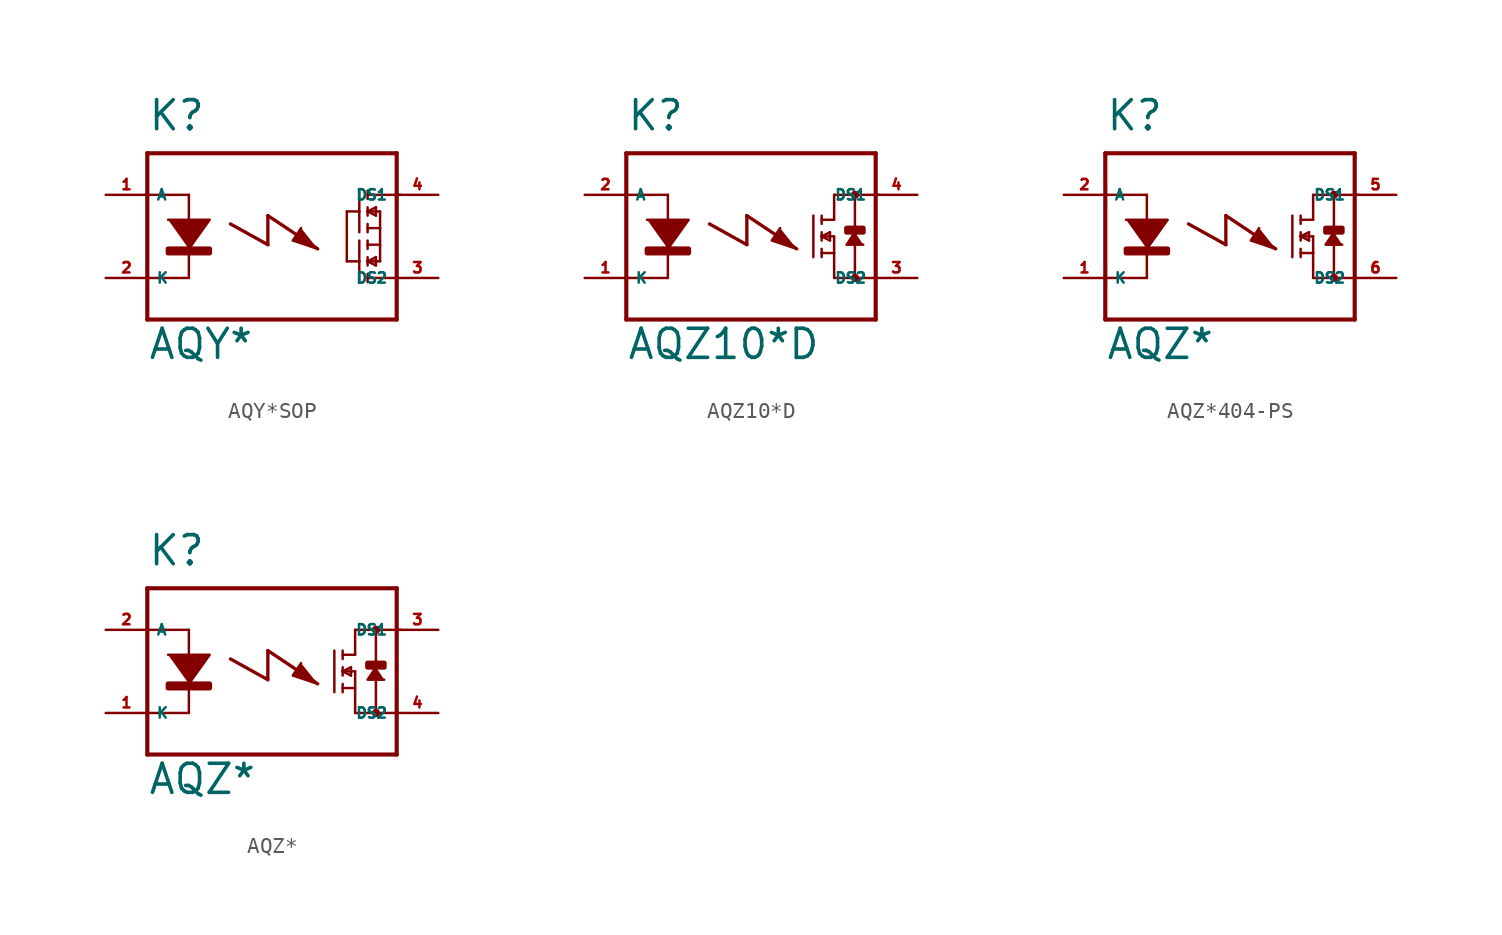
<source format=kicad_sym>
(kicad_symbol_lib
  (version 20220914)
  (generator Eagle2Kicad)
  (symbol "AQY*SOP"
    (property "Reference" "K"
      (at -7.62 6.35 0)
      (effects (font (size 1.778 1.778) (thickness 0.22)) (justify left bottom)))
    (property "Value" "AQY*"
      (at -7.62 -7.62 0)
      (effects (font (size 1.778 1.778) (thickness 0.22)) (justify left bottom)))
    (polyline
      (pts (xy -6.35 1.016) (xy -3.81 1.016) (xy -5.08 -0.762))
      (stroke (width 0.152) (type default))
      (fill (type outline)))
    (polyline
      (pts (xy 1.778 0.508) (xy 1.27 -0.254) (xy 2.794 -0.762))
      (stroke (width 0.152) (type default))
      (fill (type outline)))
    (polyline
      (pts (xy -5.08 2.54) (xy -5.08 -2.54))
      (stroke (width 0.152) (type default))
      (fill (type none)))
    (polyline
      (pts (xy 5.842 2.794) (xy 5.842 2.286))
      (stroke (width 0.152) (type default))
      (fill (type none)))
    (polyline
      (pts (xy 5.842 1.778) (xy 5.842 1.524))
      (stroke (width 0.152) (type default))
      (fill (type none)))
    (polyline
      (pts (xy 5.842 1.524) (xy 5.842 1.27))
      (stroke (width 0.152) (type default))
      (fill (type none)))
    (polyline
      (pts (xy 5.842 0.762) (xy 5.842 0.508))
      (stroke (width 0.152) (type default))
      (fill (type none)))
    (polyline
      (pts (xy 5.842 0.508) (xy 5.842 0.254))
      (stroke (width 0.152) (type default))
      (fill (type none)))
    (polyline
      (pts (xy 5.842 1.524) (xy 6.604 1.524))
      (stroke (width 0.152) (type default))
      (fill (type none)))
    (polyline
      (pts (xy 6.35 1.778) (xy 5.842 1.524))
      (stroke (width 0.152) (type default))
      (fill (type none)))
    (polyline
      (pts (xy 5.842 1.524) (xy 6.35 1.27))
      (stroke (width 0.152) (type default))
      (fill (type none)))
    (polyline
      (pts (xy 6.35 1.27) (xy 6.35 1.778))
      (stroke (width 0.152) (type default))
      (fill (type none)))
    (polyline
      (pts (xy 5.842 0.508) (xy 6.604 0.508))
      (stroke (width 0.152) (type default))
      (fill (type none)))
    (polyline
      (pts (xy 6.604 0.508) (xy 6.604 1.524))
      (stroke (width 0.152) (type default))
      (fill (type none)))
    (polyline
      (pts (xy 5.334 2.794) (xy 5.334 1.524))
      (stroke (width 0.152) (type default))
      (fill (type none)))
    (polyline
      (pts (xy 5.334 1.524) (xy 5.334 0.254))
      (stroke (width 0.152) (type default))
      (fill (type none)))
    (polyline
      (pts (xy 5.334 1.524) (xy 4.572 1.524))
      (stroke (width 0.152) (type default))
      (fill (type none)))
    (polyline
      (pts (xy 5.842 -2.794) (xy 5.842 -2.286))
      (stroke (width 0.152) (type default))
      (fill (type none)))
    (polyline
      (pts (xy 5.842 -1.778) (xy 5.842 -1.524))
      (stroke (width 0.152) (type default))
      (fill (type none)))
    (polyline
      (pts (xy 5.842 -1.524) (xy 5.842 -1.27))
      (stroke (width 0.152) (type default))
      (fill (type none)))
    (polyline
      (pts (xy 5.842 -0.762) (xy 5.842 -0.508))
      (stroke (width 0.152) (type default))
      (fill (type none)))
    (polyline
      (pts (xy 5.842 -0.508) (xy 5.842 -0.254))
      (stroke (width 0.152) (type default))
      (fill (type none)))
    (polyline
      (pts (xy 5.842 -1.524) (xy 6.604 -1.524))
      (stroke (width 0.152) (type default))
      (fill (type none)))
    (polyline
      (pts (xy 6.35 -1.778) (xy 5.842 -1.524))
      (stroke (width 0.152) (type default))
      (fill (type none)))
    (polyline
      (pts (xy 5.842 -1.524) (xy 6.35 -1.27))
      (stroke (width 0.152) (type default))
      (fill (type none)))
    (polyline
      (pts (xy 6.35 -1.27) (xy 6.35 -1.778))
      (stroke (width 0.152) (type default))
      (fill (type none)))
    (polyline
      (pts (xy 5.842 -0.508) (xy 6.604 -0.508))
      (stroke (width 0.152) (type default))
      (fill (type none)))
    (polyline
      (pts (xy 6.604 -0.508) (xy 6.604 -1.524))
      (stroke (width 0.152) (type default))
      (fill (type none)))
    (polyline
      (pts (xy 6.604 0.508) (xy 6.604 -0.508))
      (stroke (width 0.152) (type default))
      (fill (type none)))
    (polyline
      (pts (xy 5.334 -2.794) (xy 5.334 -1.524))
      (stroke (width 0.152) (type default))
      (fill (type none)))
    (polyline
      (pts (xy 5.334 -1.524) (xy 5.334 -0.254))
      (stroke (width 0.152) (type default))
      (fill (type none)))
    (polyline
      (pts (xy 5.334 -1.524) (xy 4.572 -1.524))
      (stroke (width 0.152) (type default))
      (fill (type none)))
    (polyline
      (pts (xy 4.572 1.524) (xy 4.572 -1.524))
      (stroke (width 0.152) (type default))
      (fill (type none)))
    (polyline
      (pts (xy -7.62 5.08) (xy -7.62 2.54))
      (stroke (width 0.254) (type default))
      (fill (type none)))
    (polyline
      (pts (xy -7.62 2.54) (xy -7.62 -2.54))
      (stroke (width 0.254) (type default))
      (fill (type none)))
    (polyline
      (pts (xy -7.62 -2.54) (xy -7.62 -5.08))
      (stroke (width 0.254) (type default))
      (fill (type none)))
    (polyline
      (pts (xy -7.62 -5.08) (xy 7.62 -5.08))
      (stroke (width 0.254) (type default))
      (fill (type none)))
    (polyline
      (pts (xy 5.842 2.54) (xy 7.874 2.54))
      (stroke (width 0.152) (type default))
      (fill (type none)))
    (polyline
      (pts (xy 5.842 -2.54) (xy 7.62 -2.54))
      (stroke (width 0.152) (type default))
      (fill (type none)))
    (polyline
      (pts (xy 7.62 -5.08) (xy 7.62 5.08))
      (stroke (width 0.254) (type default))
      (fill (type none)))
    (polyline
      (pts (xy 7.62 5.08) (xy -7.62 5.08))
      (stroke (width 0.254) (type default))
      (fill (type none)))
    (polyline
      (pts (xy -5.08 2.54) (xy -7.62 2.54))
      (stroke (width 0.152) (type default))
      (fill (type none)))
    (polyline
      (pts (xy -5.08 -2.54) (xy -7.62 -2.54))
      (stroke (width 0.152) (type default))
      (fill (type none)))
    (polyline
      (pts (xy -2.54 0.762) (xy -0.254 -0.508))
      (stroke (width 0.203) (type default))
      (fill (type none)))
    (polyline
      (pts (xy -0.254 -0.508) (xy -0.254 1.27))
      (stroke (width 0.203) (type default))
      (fill (type none)))
    (polyline
      (pts (xy -0.254 1.27) (xy 2.794 -0.762))
      (stroke (width 0.203) (type default))
      (fill (type none)))
    (rectangle
      (start -6.35 -1.016)
      (end -3.81 -0.762)
      (stroke (width 0.3) (type default))
      (fill (type outline)))
    (pin passive line
      (at -10.16 2.54 0)
      (length 2.54)
      (name "A" (effects (font (size 0.635 0.635) (thickness 0.08)) (justify left bottom)))
      (number "1" (effects (font (size 0.635 0.635) (thickness 0.08)) (justify left bottom))))
    (pin passive line
      (at -10.16 -2.54 0)
      (length 2.54)
      (name "K" (effects (font (size 0.635 0.635) (thickness 0.08)) (justify left bottom)))
      (number "2" (effects (font (size 0.635 0.635) (thickness 0.08)) (justify left bottom))))
    (pin passive line
      (at 10.16 2.54 180)
      (length 2.54)
      (name "DS1" (effects (font (size 0.635 0.635) (thickness 0.08)) (justify left bottom)))
      (number "4" (effects (font (size 0.635 0.635) (thickness 0.08)) (justify left bottom))))
    (pin passive line
      (at 10.16 -2.54 180)
      (length 2.54)
      (name "DS2" (effects (font (size 0.635 0.635) (thickness 0.08)) (justify left bottom)))
      (number "3" (effects (font (size 0.635 0.635) (thickness 0.08)) (justify left bottom)))))
  (symbol "AQZ10*D"
    (property "Reference" "K"
      (at -7.62 6.35 0)
      (effects (font (size 1.778 1.778) (thickness 0.22)) (justify left bottom)))
    (property "Value" "AQZ10*D"
      (at -7.62 -7.62 0)
      (effects (font (size 1.778 1.778) (thickness 0.22)) (justify left bottom)))
    (polyline
      (pts (xy -6.35 1.016) (xy -3.81 1.016) (xy -5.08 -0.762))
      (stroke (width 0.152) (type default))
      (fill (type outline)))
    (polyline
      (pts (xy 6.35 0.254) (xy 5.842 -0.508) (xy 6.858 -0.508))
      (stroke (width 0.152) (type default))
      (fill (type outline)))
    (polyline
      (pts (xy 1.778 0.508) (xy 1.27 -0.254) (xy 2.794 -0.762))
      (stroke (width 0.152) (type default))
      (fill (type outline)))
    (polyline
      (pts (xy -5.08 2.54) (xy -5.08 -2.54))
      (stroke (width 0.152) (type default))
      (fill (type none)))
    (polyline
      (pts (xy 5.08 2.54) (xy 5.08 1.016))
      (stroke (width 0.152) (type default))
      (fill (type none)))
    (polyline
      (pts (xy 5.08 1.016) (xy 4.318 1.016))
      (stroke (width 0.152) (type default))
      (fill (type none)))
    (polyline
      (pts (xy 4.318 1.27) (xy 4.318 0.762))
      (stroke (width 0.152) (type default))
      (fill (type none)))
    (polyline
      (pts (xy 4.318 0.254) (xy 4.318 0))
      (stroke (width 0.152) (type default))
      (fill (type none)))
    (polyline
      (pts (xy 4.318 0) (xy 4.318 -0.254))
      (stroke (width 0.152) (type default))
      (fill (type none)))
    (polyline
      (pts (xy 4.318 -0.762) (xy 4.318 -1.016))
      (stroke (width 0.152) (type default))
      (fill (type none)))
    (polyline
      (pts (xy 4.318 -1.016) (xy 4.318 -1.27))
      (stroke (width 0.152) (type default))
      (fill (type none)))
    (polyline
      (pts (xy 4.318 0) (xy 5.08 0))
      (stroke (width 0.152) (type default))
      (fill (type none)))
    (polyline
      (pts (xy 4.826 0.254) (xy 4.318 0))
      (stroke (width 0.152) (type default))
      (fill (type none)))
    (polyline
      (pts (xy 4.318 0) (xy 4.826 -0.254))
      (stroke (width 0.152) (type default))
      (fill (type none)))
    (polyline
      (pts (xy 4.826 -0.254) (xy 4.826 0.254))
      (stroke (width 0.152) (type default))
      (fill (type none)))
    (polyline
      (pts (xy 4.318 -1.016) (xy 5.08 -1.016))
      (stroke (width 0.152) (type default))
      (fill (type none)))
    (polyline
      (pts (xy 5.08 -1.016) (xy 5.08 0))
      (stroke (width 0.152) (type default))
      (fill (type none)))
    (polyline
      (pts (xy 3.81 1.27) (xy 3.81 -1.27))
      (stroke (width 0.152) (type default))
      (fill (type none)))
    (polyline
      (pts (xy 5.08 -1.016) (xy 5.08 -2.54))
      (stroke (width 0.152) (type default))
      (fill (type none)))
    (polyline
      (pts (xy -7.62 5.08) (xy -7.62 2.54))
      (stroke (width 0.254) (type default))
      (fill (type none)))
    (polyline
      (pts (xy -7.62 2.54) (xy -7.62 -2.54))
      (stroke (width 0.254) (type default))
      (fill (type none)))
    (polyline
      (pts (xy -7.62 -2.54) (xy -7.62 -5.08))
      (stroke (width 0.254) (type default))
      (fill (type none)))
    (polyline
      (pts (xy -7.62 -5.08) (xy 7.62 -5.08))
      (stroke (width 0.254) (type default))
      (fill (type none)))
    (polyline
      (pts (xy 5.08 2.54) (xy 6.35 2.54))
      (stroke (width 0.152) (type default))
      (fill (type none)))
    (polyline
      (pts (xy 6.35 2.54) (xy 7.874 2.54))
      (stroke (width 0.152) (type default))
      (fill (type none)))
    (polyline
      (pts (xy 5.08 -2.54) (xy 6.35 -2.54))
      (stroke (width 0.152) (type default))
      (fill (type none)))
    (polyline
      (pts (xy 6.35 -2.54) (xy 7.62 -2.54))
      (stroke (width 0.152) (type default))
      (fill (type none)))
    (polyline
      (pts (xy 7.62 -5.08) (xy 7.62 5.08))
      (stroke (width 0.254) (type default))
      (fill (type none)))
    (polyline
      (pts (xy 7.62 5.08) (xy -7.62 5.08))
      (stroke (width 0.254) (type default))
      (fill (type none)))
    (polyline
      (pts (xy 6.35 2.54) (xy 6.35 -2.54))
      (stroke (width 0.152) (type default))
      (fill (type none)))
    (polyline
      (pts (xy -5.08 2.54) (xy -7.62 2.54))
      (stroke (width 0.152) (type default))
      (fill (type none)))
    (polyline
      (pts (xy -5.08 -2.54) (xy -7.62 -2.54))
      (stroke (width 0.152) (type default))
      (fill (type none)))
    (polyline
      (pts (xy -2.54 0.762) (xy -0.254 -0.508))
      (stroke (width 0.203) (type default))
      (fill (type none)))
    (polyline
      (pts (xy -0.254 -0.508) (xy -0.254 1.27))
      (stroke (width 0.203) (type default))
      (fill (type none)))
    (polyline
      (pts (xy -0.254 1.27) (xy 2.794 -0.762))
      (stroke (width 0.203) (type default))
      (fill (type none)))
    (circle
      (center 6.35 2.54)
      (radius 0.127)
      (stroke (width 0.254) (type default))
      (fill (type none)))
    (circle
      (center 6.35 -2.54)
      (radius 0.127)
      (stroke (width 0.254) (type default))
      (fill (type none)))
    (rectangle
      (start 5.842 0.254)
      (end 6.858 0.508)
      (stroke (width 0.3) (type default))
      (fill (type outline)))
    (rectangle
      (start -6.35 -1.016)
      (end -3.81 -0.762)
      (stroke (width 0.3) (type default))
      (fill (type outline)))
    (pin passive line
      (at -10.16 2.54 0)
      (length 2.54)
      (name "A" (effects (font (size 0.635 0.635) (thickness 0.08)) (justify left bottom)))
      (number "2" (effects (font (size 0.635 0.635) (thickness 0.08)) (justify left bottom))))
    (pin passive line
      (at -10.16 -2.54 0)
      (length 2.54)
      (name "K" (effects (font (size 0.635 0.635) (thickness 0.08)) (justify left bottom)))
      (number "1" (effects (font (size 0.635 0.635) (thickness 0.08)) (justify left bottom))))
    (pin passive line
      (at 10.16 2.54 180)
      (length 2.54)
      (name "DS1" (effects (font (size 0.635 0.635) (thickness 0.08)) (justify left bottom)))
      (number "4" (effects (font (size 0.635 0.635) (thickness 0.08)) (justify left bottom))))
    (pin passive line
      (at 10.16 -2.54 180)
      (length 2.54)
      (name "DS2" (effects (font (size 0.635 0.635) (thickness 0.08)) (justify left bottom)))
      (number "3" (effects (font (size 0.635 0.635) (thickness 0.08)) (justify left bottom)))))
  (symbol "AQZ*404-PS"
    (property "Reference" "K"
      (at -7.62 6.35 0)
      (effects (font (size 1.778 1.778) (thickness 0.22)) (justify left bottom)))
    (property "Value" "AQZ*"
      (at -7.62 -7.62 0)
      (effects (font (size 1.778 1.778) (thickness 0.22)) (justify left bottom)))
    (polyline
      (pts (xy -6.35 1.016) (xy -3.81 1.016) (xy -5.08 -0.762))
      (stroke (width 0.152) (type default))
      (fill (type outline)))
    (polyline
      (pts (xy 6.35 0.254) (xy 5.842 -0.508) (xy 6.858 -0.508))
      (stroke (width 0.152) (type default))
      (fill (type outline)))
    (polyline
      (pts (xy 1.778 0.508) (xy 1.27 -0.254) (xy 2.794 -0.762))
      (stroke (width 0.152) (type default))
      (fill (type outline)))
    (polyline
      (pts (xy -5.08 2.54) (xy -5.08 -2.54))
      (stroke (width 0.152) (type default))
      (fill (type none)))
    (polyline
      (pts (xy 5.08 2.54) (xy 5.08 1.016))
      (stroke (width 0.152) (type default))
      (fill (type none)))
    (polyline
      (pts (xy 5.08 1.016) (xy 4.318 1.016))
      (stroke (width 0.152) (type default))
      (fill (type none)))
    (polyline
      (pts (xy 4.318 1.27) (xy 4.318 0.762))
      (stroke (width 0.152) (type default))
      (fill (type none)))
    (polyline
      (pts (xy 4.318 0.254) (xy 4.318 0))
      (stroke (width 0.152) (type default))
      (fill (type none)))
    (polyline
      (pts (xy 4.318 0) (xy 4.318 -0.254))
      (stroke (width 0.152) (type default))
      (fill (type none)))
    (polyline
      (pts (xy 4.318 -0.762) (xy 4.318 -1.016))
      (stroke (width 0.152) (type default))
      (fill (type none)))
    (polyline
      (pts (xy 4.318 -1.016) (xy 4.318 -1.27))
      (stroke (width 0.152) (type default))
      (fill (type none)))
    (polyline
      (pts (xy 4.318 0) (xy 5.08 0))
      (stroke (width 0.152) (type default))
      (fill (type none)))
    (polyline
      (pts (xy 4.826 0.254) (xy 4.318 0))
      (stroke (width 0.152) (type default))
      (fill (type none)))
    (polyline
      (pts (xy 4.318 0) (xy 4.826 -0.254))
      (stroke (width 0.152) (type default))
      (fill (type none)))
    (polyline
      (pts (xy 4.826 -0.254) (xy 4.826 0.254))
      (stroke (width 0.152) (type default))
      (fill (type none)))
    (polyline
      (pts (xy 4.318 -1.016) (xy 5.08 -1.016))
      (stroke (width 0.152) (type default))
      (fill (type none)))
    (polyline
      (pts (xy 5.08 -1.016) (xy 5.08 0))
      (stroke (width 0.152) (type default))
      (fill (type none)))
    (polyline
      (pts (xy 3.81 1.27) (xy 3.81 -1.27))
      (stroke (width 0.152) (type default))
      (fill (type none)))
    (polyline
      (pts (xy 5.08 -1.016) (xy 5.08 -2.54))
      (stroke (width 0.152) (type default))
      (fill (type none)))
    (polyline
      (pts (xy -7.62 5.08) (xy -7.62 2.54))
      (stroke (width 0.254) (type default))
      (fill (type none)))
    (polyline
      (pts (xy -7.62 2.54) (xy -7.62 -2.54))
      (stroke (width 0.254) (type default))
      (fill (type none)))
    (polyline
      (pts (xy -7.62 -2.54) (xy -7.62 -5.08))
      (stroke (width 0.254) (type default))
      (fill (type none)))
    (polyline
      (pts (xy -7.62 -5.08) (xy 7.62 -5.08))
      (stroke (width 0.254) (type default))
      (fill (type none)))
    (polyline
      (pts (xy 5.08 2.54) (xy 6.35 2.54))
      (stroke (width 0.152) (type default))
      (fill (type none)))
    (polyline
      (pts (xy 6.35 2.54) (xy 7.874 2.54))
      (stroke (width 0.152) (type default))
      (fill (type none)))
    (polyline
      (pts (xy 5.08 -2.54) (xy 6.35 -2.54))
      (stroke (width 0.152) (type default))
      (fill (type none)))
    (polyline
      (pts (xy 6.35 -2.54) (xy 7.62 -2.54))
      (stroke (width 0.152) (type default))
      (fill (type none)))
    (polyline
      (pts (xy 7.62 -5.08) (xy 7.62 5.08))
      (stroke (width 0.254) (type default))
      (fill (type none)))
    (polyline
      (pts (xy 7.62 5.08) (xy -7.62 5.08))
      (stroke (width 0.254) (type default))
      (fill (type none)))
    (polyline
      (pts (xy 6.35 2.54) (xy 6.35 -2.54))
      (stroke (width 0.152) (type default))
      (fill (type none)))
    (polyline
      (pts (xy -5.08 2.54) (xy -7.62 2.54))
      (stroke (width 0.152) (type default))
      (fill (type none)))
    (polyline
      (pts (xy -5.08 -2.54) (xy -7.62 -2.54))
      (stroke (width 0.152) (type default))
      (fill (type none)))
    (polyline
      (pts (xy -2.54 0.762) (xy -0.254 -0.508))
      (stroke (width 0.203) (type default))
      (fill (type none)))
    (polyline
      (pts (xy -0.254 -0.508) (xy -0.254 1.27))
      (stroke (width 0.203) (type default))
      (fill (type none)))
    (polyline
      (pts (xy -0.254 1.27) (xy 2.794 -0.762))
      (stroke (width 0.203) (type default))
      (fill (type none)))
    (circle
      (center 6.35 2.54)
      (radius 0.127)
      (stroke (width 0.254) (type default))
      (fill (type none)))
    (circle
      (center 6.35 -2.54)
      (radius 0.127)
      (stroke (width 0.254) (type default))
      (fill (type none)))
    (rectangle
      (start 5.842 0.254)
      (end 6.858 0.508)
      (stroke (width 0.3) (type default))
      (fill (type outline)))
    (rectangle
      (start -6.35 -1.016)
      (end -3.81 -0.762)
      (stroke (width 0.3) (type default))
      (fill (type outline)))
    (pin passive line
      (at -10.16 2.54 0)
      (length 2.54)
      (name "A" (effects (font (size 0.635 0.635) (thickness 0.08)) (justify left bottom)))
      (number "2" (effects (font (size 0.635 0.635) (thickness 0.08)) (justify left bottom))))
    (pin passive line
      (at -10.16 -2.54 0)
      (length 2.54)
      (name "K" (effects (font (size 0.635 0.635) (thickness 0.08)) (justify left bottom)))
      (number "1" (effects (font (size 0.635 0.635) (thickness 0.08)) (justify left bottom))))
    (pin passive line
      (at 10.16 2.54 180)
      (length 2.54)
      (name "DS1" (effects (font (size 0.635 0.635) (thickness 0.08)) (justify left bottom)))
      (number "5" (effects (font (size 0.635 0.635) (thickness 0.08)) (justify left bottom))))
    (pin passive line
      (at 10.16 -2.54 180)
      (length 2.54)
      (name "DS2" (effects (font (size 0.635 0.635) (thickness 0.08)) (justify left bottom)))
      (number "6" (effects (font (size 0.635 0.635) (thickness 0.08)) (justify left bottom)))))
  (symbol "AQZ*"
    (property "Reference" "K"
      (at -7.62 6.35 0)
      (effects (font (size 1.778 1.778) (thickness 0.22)) (justify left bottom)))
    (property "Value" "AQZ*"
      (at -7.62 -7.62 0)
      (effects (font (size 1.778 1.778) (thickness 0.22)) (justify left bottom)))
    (polyline
      (pts (xy -6.35 1.016) (xy -3.81 1.016) (xy -5.08 -0.762))
      (stroke (width 0.152) (type default))
      (fill (type outline)))
    (polyline
      (pts (xy 6.35 0.254) (xy 5.842 -0.508) (xy 6.858 -0.508))
      (stroke (width 0.152) (type default))
      (fill (type outline)))
    (polyline
      (pts (xy 1.778 0.508) (xy 1.27 -0.254) (xy 2.794 -0.762))
      (stroke (width 0.152) (type default))
      (fill (type outline)))
    (polyline
      (pts (xy -5.08 2.54) (xy -5.08 -2.54))
      (stroke (width 0.152) (type default))
      (fill (type none)))
    (polyline
      (pts (xy 5.08 2.54) (xy 5.08 1.016))
      (stroke (width 0.152) (type default))
      (fill (type none)))
    (polyline
      (pts (xy 5.08 1.016) (xy 4.318 1.016))
      (stroke (width 0.152) (type default))
      (fill (type none)))
    (polyline
      (pts (xy 4.318 1.27) (xy 4.318 0.762))
      (stroke (width 0.152) (type default))
      (fill (type none)))
    (polyline
      (pts (xy 4.318 0.254) (xy 4.318 0))
      (stroke (width 0.152) (type default))
      (fill (type none)))
    (polyline
      (pts (xy 4.318 0) (xy 4.318 -0.254))
      (stroke (width 0.152) (type default))
      (fill (type none)))
    (polyline
      (pts (xy 4.318 -0.762) (xy 4.318 -1.016))
      (stroke (width 0.152) (type default))
      (fill (type none)))
    (polyline
      (pts (xy 4.318 -1.016) (xy 4.318 -1.27))
      (stroke (width 0.152) (type default))
      (fill (type none)))
    (polyline
      (pts (xy 4.318 0) (xy 5.08 0))
      (stroke (width 0.152) (type default))
      (fill (type none)))
    (polyline
      (pts (xy 4.826 0.254) (xy 4.318 0))
      (stroke (width 0.152) (type default))
      (fill (type none)))
    (polyline
      (pts (xy 4.318 0) (xy 4.826 -0.254))
      (stroke (width 0.152) (type default))
      (fill (type none)))
    (polyline
      (pts (xy 4.826 -0.254) (xy 4.826 0.254))
      (stroke (width 0.152) (type default))
      (fill (type none)))
    (polyline
      (pts (xy 4.318 -1.016) (xy 5.08 -1.016))
      (stroke (width 0.152) (type default))
      (fill (type none)))
    (polyline
      (pts (xy 5.08 -1.016) (xy 5.08 0))
      (stroke (width 0.152) (type default))
      (fill (type none)))
    (polyline
      (pts (xy 3.81 1.27) (xy 3.81 -1.27))
      (stroke (width 0.152) (type default))
      (fill (type none)))
    (polyline
      (pts (xy 5.08 -1.016) (xy 5.08 -2.54))
      (stroke (width 0.152) (type default))
      (fill (type none)))
    (polyline
      (pts (xy -7.62 5.08) (xy -7.62 2.54))
      (stroke (width 0.254) (type default))
      (fill (type none)))
    (polyline
      (pts (xy -7.62 2.54) (xy -7.62 -2.54))
      (stroke (width 0.254) (type default))
      (fill (type none)))
    (polyline
      (pts (xy -7.62 -2.54) (xy -7.62 -5.08))
      (stroke (width 0.254) (type default))
      (fill (type none)))
    (polyline
      (pts (xy -7.62 -5.08) (xy 7.62 -5.08))
      (stroke (width 0.254) (type default))
      (fill (type none)))
    (polyline
      (pts (xy 5.08 2.54) (xy 6.35 2.54))
      (stroke (width 0.152) (type default))
      (fill (type none)))
    (polyline
      (pts (xy 6.35 2.54) (xy 7.874 2.54))
      (stroke (width 0.152) (type default))
      (fill (type none)))
    (polyline
      (pts (xy 5.08 -2.54) (xy 6.35 -2.54))
      (stroke (width 0.152) (type default))
      (fill (type none)))
    (polyline
      (pts (xy 6.35 -2.54) (xy 7.62 -2.54))
      (stroke (width 0.152) (type default))
      (fill (type none)))
    (polyline
      (pts (xy 7.62 -5.08) (xy 7.62 5.08))
      (stroke (width 0.254) (type default))
      (fill (type none)))
    (polyline
      (pts (xy 7.62 5.08) (xy -7.62 5.08))
      (stroke (width 0.254) (type default))
      (fill (type none)))
    (polyline
      (pts (xy 6.35 2.54) (xy 6.35 -2.54))
      (stroke (width 0.152) (type default))
      (fill (type none)))
    (polyline
      (pts (xy -5.08 2.54) (xy -7.62 2.54))
      (stroke (width 0.152) (type default))
      (fill (type none)))
    (polyline
      (pts (xy -5.08 -2.54) (xy -7.62 -2.54))
      (stroke (width 0.152) (type default))
      (fill (type none)))
    (polyline
      (pts (xy -2.54 0.762) (xy -0.254 -0.508))
      (stroke (width 0.203) (type default))
      (fill (type none)))
    (polyline
      (pts (xy -0.254 -0.508) (xy -0.254 1.27))
      (stroke (width 0.203) (type default))
      (fill (type none)))
    (polyline
      (pts (xy -0.254 1.27) (xy 2.794 -0.762))
      (stroke (width 0.203) (type default))
      (fill (type none)))
    (circle
      (center 6.35 2.54)
      (radius 0.127)
      (stroke (width 0.254) (type default))
      (fill (type none)))
    (circle
      (center 6.35 -2.54)
      (radius 0.127)
      (stroke (width 0.254) (type default))
      (fill (type none)))
    (rectangle
      (start 5.842 0.254)
      (end 6.858 0.508)
      (stroke (width 0.3) (type default))
      (fill (type outline)))
    (rectangle
      (start -6.35 -1.016)
      (end -3.81 -0.762)
      (stroke (width 0.3) (type default))
      (fill (type outline)))
    (pin passive line
      (at -10.16 2.54 0)
      (length 2.54)
      (name "A" (effects (font (size 0.635 0.635) (thickness 0.08)) (justify left bottom)))
      (number "2" (effects (font (size 0.635 0.635) (thickness 0.08)) (justify left bottom))))
    (pin passive line
      (at -10.16 -2.54 0)
      (length 2.54)
      (name "K" (effects (font (size 0.635 0.635) (thickness 0.08)) (justify left bottom)))
      (number "1" (effects (font (size 0.635 0.635) (thickness 0.08)) (justify left bottom))))
    (pin passive line
      (at 10.16 2.54 180)
      (length 2.54)
      (name "DS1" (effects (font (size 0.635 0.635) (thickness 0.08)) (justify left bottom)))
      (number "3" (effects (font (size 0.635 0.635) (thickness 0.08)) (justify left bottom))))
    (pin passive line
      (at 10.16 -2.54 180)
      (length 2.54)
      (name "DS2" (effects (font (size 0.635 0.635) (thickness 0.08)) (justify left bottom)))
      (number "4" (effects (font (size 0.635 0.635) (thickness 0.08)) (justify left bottom))))))
</source>
